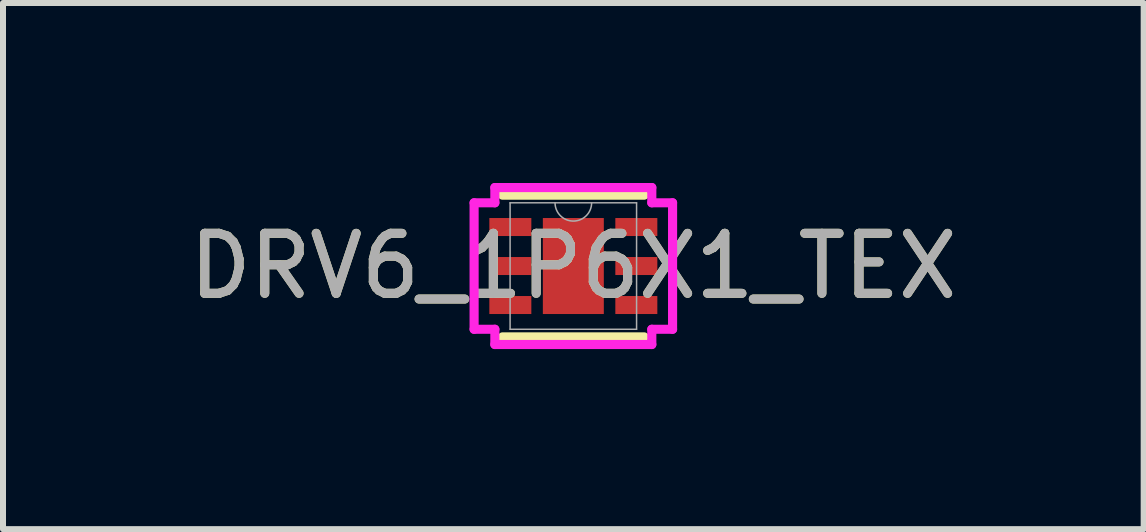
<source format=kicad_pcb>
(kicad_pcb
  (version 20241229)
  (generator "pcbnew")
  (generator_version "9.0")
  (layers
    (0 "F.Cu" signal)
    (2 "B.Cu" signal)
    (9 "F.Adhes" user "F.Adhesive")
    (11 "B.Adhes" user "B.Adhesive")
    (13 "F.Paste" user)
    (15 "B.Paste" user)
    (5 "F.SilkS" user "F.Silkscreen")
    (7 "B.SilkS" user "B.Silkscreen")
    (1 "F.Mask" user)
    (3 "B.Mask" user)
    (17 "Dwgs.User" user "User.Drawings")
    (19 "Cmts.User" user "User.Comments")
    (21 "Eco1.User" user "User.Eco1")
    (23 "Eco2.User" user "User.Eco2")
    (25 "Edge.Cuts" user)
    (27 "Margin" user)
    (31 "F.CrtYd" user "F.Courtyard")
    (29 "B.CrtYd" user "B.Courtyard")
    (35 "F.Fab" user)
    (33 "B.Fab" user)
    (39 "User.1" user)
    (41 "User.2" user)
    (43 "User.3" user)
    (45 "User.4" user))
  (footprint "DRV6_1P6X1_TEX"
    (layer "F.Cu")
    (at 6.506 1.384)
    (property "Reference" "DRV6_1P6X1_TEX" (at 0 0 0) (unlocked yes) (layer "F.SilkS") (effects (font (size 1 1) (thickness 0.15))))
    (attr smd)
    (fp_poly (pts (xy -0.572 -0.864) (xy -0.2 -0.864) (xy -0.2 0.864) (xy -0.572 0.864)) (stroke (width 0) (type solid)) (fill yes) (layer "F.Mask"))
    (fp_poly (pts (xy -0.572 -0.864) (xy 0.572 -0.864) (xy 0.572 -0.594) (xy -0.572 -0.594)) (stroke (width 0) (type solid)) (fill yes) (layer "F.Mask"))
    (fp_poly (pts (xy -0.572 -0.194) (xy 0.572 -0.194) (xy 0.572 0.194) (xy -0.572 0.194)) (stroke (width 0) (type solid)) (fill yes) (layer "F.Mask"))
    (fp_poly (pts (xy -0.572 0.594) (xy 0.572 0.594) (xy 0.572 0.864) (xy -0.572 0.864)) (stroke (width 0) (type solid)) (fill yes) (layer "F.Mask"))
    (fp_poly (pts (xy 0.2 -0.864) (xy 0.572 -0.864) (xy 0.572 0.864) (xy 0.2 0.864)) (stroke (width 0) (type solid)) (fill yes) (layer "F.Mask"))
    (fp_line (start -1.181 1.181) (end 1.181 1.181) (stroke (width 0.152) (type solid)) (layer "F.SilkS"))
    (fp_line (start 1.181 -1.181) (end -1.181 -1.181) (stroke (width 0.152) (type solid)) (layer "F.SilkS"))
    (fp_poly (pts (xy -0.433 -0.725) (xy -0.433 -0.494) (xy -0.241 -0.494) (xy -0.1 -0.635) (xy -0.1 -0.725)) (stroke (width 0) (type solid)) (fill yes) (layer "F.Paste"))
    (fp_poly (pts (xy -0.433 0.494) (xy -0.433 0.725) (xy -0.1 0.725) (xy -0.1 0.635) (xy -0.241 0.494)) (stroke (width 0) (type solid)) (fill yes) (layer "F.Paste"))
    (fp_poly (pts (xy 0.1 -0.725) (xy 0.1 -0.635) (xy 0.241 -0.494) (xy 0.433 -0.494) (xy 0.433 -0.725)) (stroke (width 0) (type solid)) (fill yes) (layer "F.Paste"))
    (fp_poly (pts (xy 0.241 0.494) (xy 0.1 0.635) (xy 0.1 0.725) (xy 0.433 0.725) (xy 0.433 0.494)) (stroke (width 0) (type solid)) (fill yes) (layer "F.Paste"))
    (fp_poly (pts (xy -0.433 -0.294) (xy -0.433 0.294) (xy -0.241 0.294) (xy -0.1 0.152) (xy -0.1 -0.152) (xy -0.241 -0.294)) (stroke (width 0) (type solid)) (fill yes) (layer "F.Paste"))
    (fp_poly (pts (xy 0.241 -0.294) (xy 0.1 -0.152) (xy 0.1 0.152) (xy 0.241 0.294) (xy 0.433 0.294) (xy 0.433 -0.294)) (stroke (width 0) (type solid)) (fill yes) (layer "F.Paste"))
    (fp_circle (center 0 -0.394) (end 0.191 -0.394) (stroke (width 0.127) (type solid)) (fill no) (layer "Eco1.User"))
    (fp_circle (center 0 0.394) (end 0.191 0.394) (stroke (width 0.127) (type solid)) (fill no) (layer "Eco1.User"))
    (fp_line (start -1.654 -1.054) (end -1.308 -1.054) (stroke (width 0.152) (type solid)) (layer "F.CrtYd"))
    (fp_line (start -1.654 1.054) (end -1.654 -1.054) (stroke (width 0.152) (type solid)) (layer "F.CrtYd"))
    (fp_line (start -1.654 1.054) (end -1.308 1.054) (stroke (width 0.152) (type solid)) (layer "F.CrtYd"))
    (fp_line (start -1.308 -1.308) (end 1.308 -1.308) (stroke (width 0.152) (type solid)) (layer "F.CrtYd"))
    (fp_line (start -1.308 -1.054) (end -1.308 -1.308) (stroke (width 0.152) (type solid)) (layer "F.CrtYd"))
    (fp_line (start -1.308 1.308) (end -1.308 1.054) (stroke (width 0.152) (type solid)) (layer "F.CrtYd"))
    (fp_line (start 1.308 -1.308) (end 1.308 -1.054) (stroke (width 0.152) (type solid)) (layer "F.CrtYd"))
    (fp_line (start 1.308 1.054) (end 1.308 1.308) (stroke (width 0.152) (type solid)) (layer "F.CrtYd"))
    (fp_line (start 1.308 1.308) (end -1.308 1.308) (stroke (width 0.152) (type solid)) (layer "F.CrtYd"))
    (fp_line (start 1.654 -1.054) (end 1.308 -1.054) (stroke (width 0.152) (type solid)) (layer "F.CrtYd"))
    (fp_line (start 1.654 -1.054) (end 1.654 1.054) (stroke (width 0.152) (type solid)) (layer "F.CrtYd"))
    (fp_line (start 1.654 1.054) (end 1.308 1.054) (stroke (width 0.152) (type solid)) (layer "F.CrtYd"))
    (fp_line (start -1.054 -1.054) (end -1.054 1.054) (stroke (width 0.025) (type solid)) (layer "F.Fab"))
    (fp_line (start -1.054 1.054) (end 1.054 1.054) (stroke (width 0.025) (type solid)) (layer "F.Fab"))
    (fp_line (start 1.054 -1.054) (end -1.054 -1.054) (stroke (width 0.025) (type solid)) (layer "F.Fab"))
    (fp_line (start 1.054 1.054) (end 1.054 -1.054) (stroke (width 0.025) (type solid)) (layer "F.Fab"))
    (fp_arc (start 0.3048 -1.0541) (mid 0 -0.7493) (end -0.3048 -1.0541) (stroke (width 0.0254) (type solid)) (layer "F.Fab"))
    (fp_text user "${REFERENCE}" (at 0 0 0) (unlocked yes) (layer "F.Fab") (effects (font (size 1 1) (thickness 0.15))))
    (pad "1" smd rect (at -1.05 -0.65) (size 0.7 0.3) (layers "F.Cu" "F.Mask" "F.Paste"))
    (pad "2" smd rect (at -1.05 0) (size 0.7 0.3) (layers "F.Cu" "F.Mask" "F.Paste"))
    (pad "3" smd rect (at -1.05 0.65) (size 0.7 0.3) (layers "F.Cu" "F.Mask" "F.Paste"))
    (pad "4" smd rect (at 1.05 0.65) (size 0.7 0.3) (layers "F.Cu" "F.Mask" "F.Paste"))
    (pad "5" smd rect (at 1.05 0) (size 0.7 0.3) (layers "F.Cu" "F.Mask" "F.Paste"))
    (pad "6" smd rect (at 1.05 -0.65) (size 0.7 0.3) (layers "F.Cu" "F.Mask" "F.Paste"))
    (pad "7" smd rect (at 0 0) (size 1.016 1.6) (layers "F.Cu")))
  (gr_rect
    (start -3 -3)
    (end 16.012 5.769)
    (stroke (width 0.1) (type default))
    (fill no)
    (layer "Edge.Cuts")))
</source>
